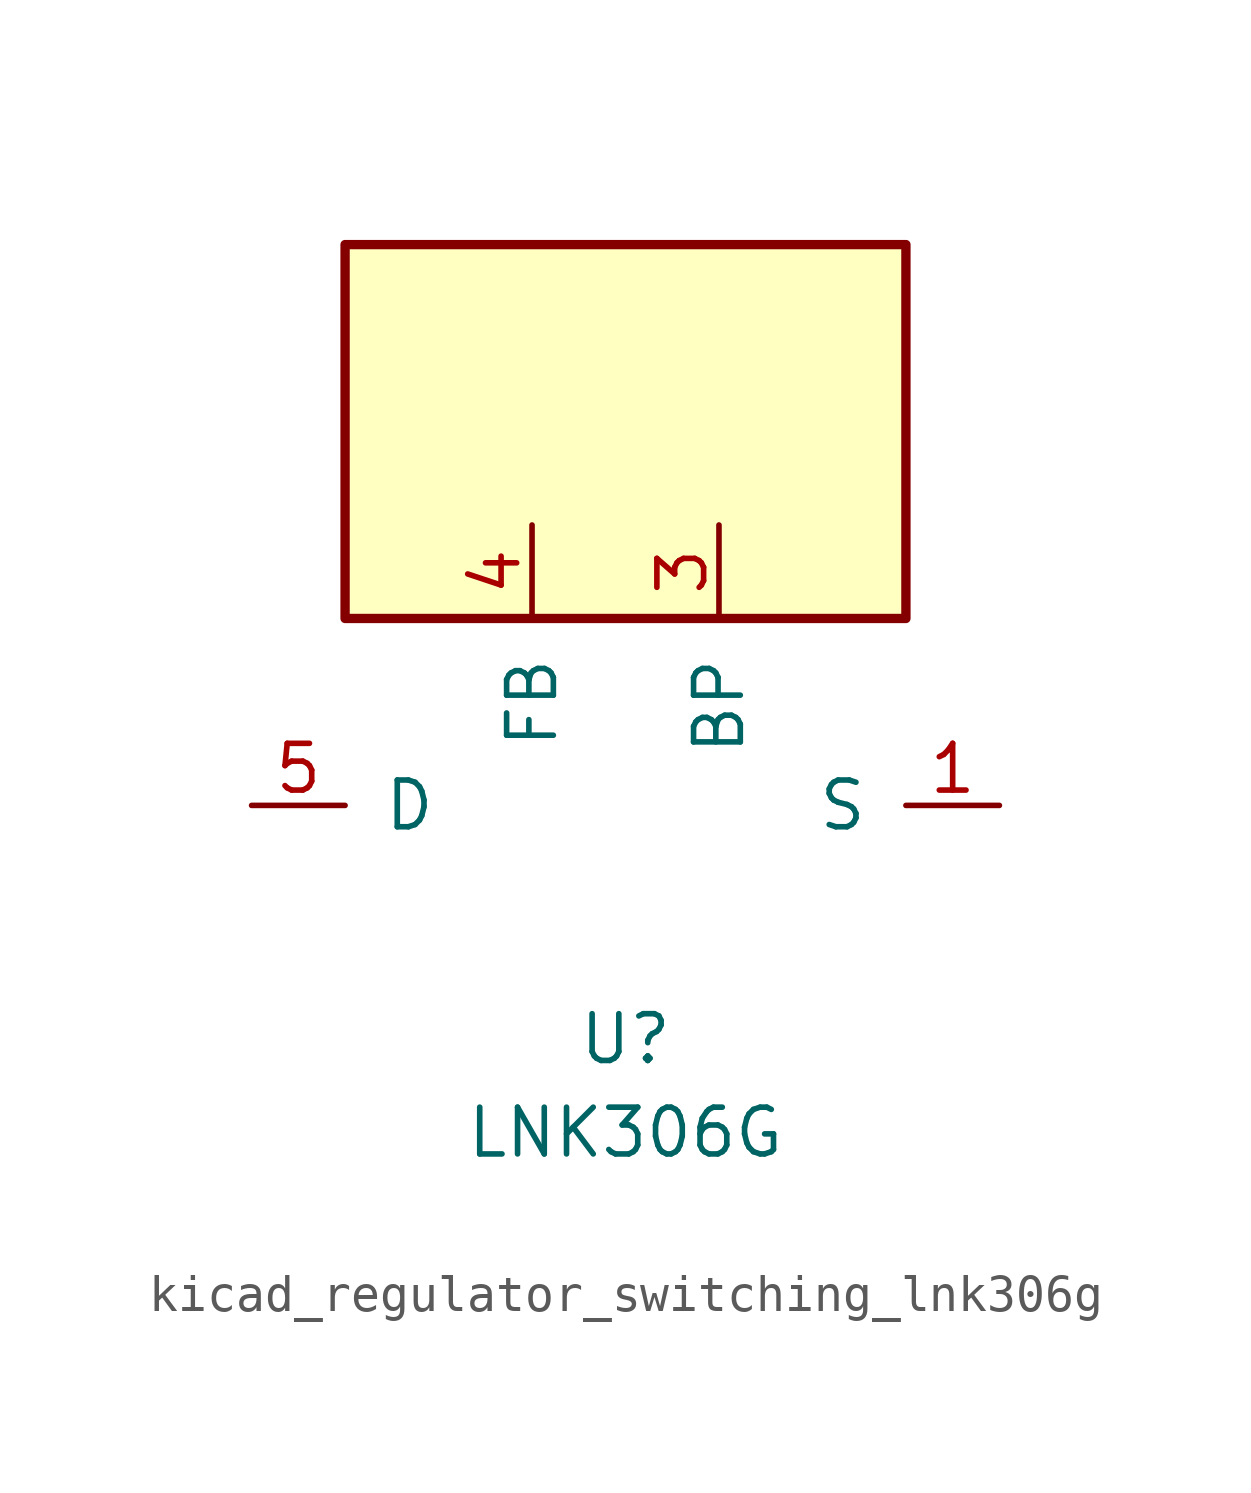
<source format=kicad_sym>
(kicad_symbol_lib
  (version 20220914)
  (generator kicad_symbol_editor)
  (symbol "kicad_regulator_switching_lnk306g"
    (pin_names
      (offset 1.016))
    (property "Reference" "U"
      (at 0 -6.35 0)
      (effects (font (size 1.27 1.27))))
    (property "Value" "LNK306G"
      (at 0 -8.89 0)
      (effects (font (size 1.27 1.27))))
    (symbol "kicad_regulator_switching_lnk306g_0_1"
      (rectangle (start 7.62 15.24) (end -7.62 5.08) (stroke (width 0.254) (type default)) (fill (type background))))
    (symbol "kicad_regulator_switching_lnk306g_1_1"
      (pin power_in line (at 10.16 0 180) (length 2.54) (name "S" (effects (font (size 1.27 1.27)))) (number "1" (effects (font (size 1.27 1.27)))))
      (pin passive line (at 10.16 0 180) (length 2.54) hide (name "S" (effects (font (size 1.27 1.27)))) (number "2" (effects (font (size 1.27 1.27)))))
      (pin input line (at 2.54 7.62 270) (length 2.54) (name "BP" (effects (font (size 1.27 1.27)))) (number "3" (effects (font (size 1.27 1.27)))))
      (pin input line (at -2.54 7.62 270) (length 2.54) (name "FB" (effects (font (size 1.27 1.27)))) (number "4" (effects (font (size 1.27 1.27)))))
      (pin open_collector line (at -10.16 0 0) (length 2.54) (name "D" (effects (font (size 1.27 1.27)))) (number "5" (effects (font (size 1.27 1.27)))))
      (pin passive line (at 10.16 0 180) (length 2.54) hide (name "S" (effects (font (size 1.27 1.27)))) (number "7" (effects (font (size 1.27 1.27)))))
      (pin passive line (at 10.16 0 180) (length 2.54) hide (name "S" (effects (font (size 1.27 1.27)))) (number "8" (effects (font (size 1.27 1.27))))))))
</source>
